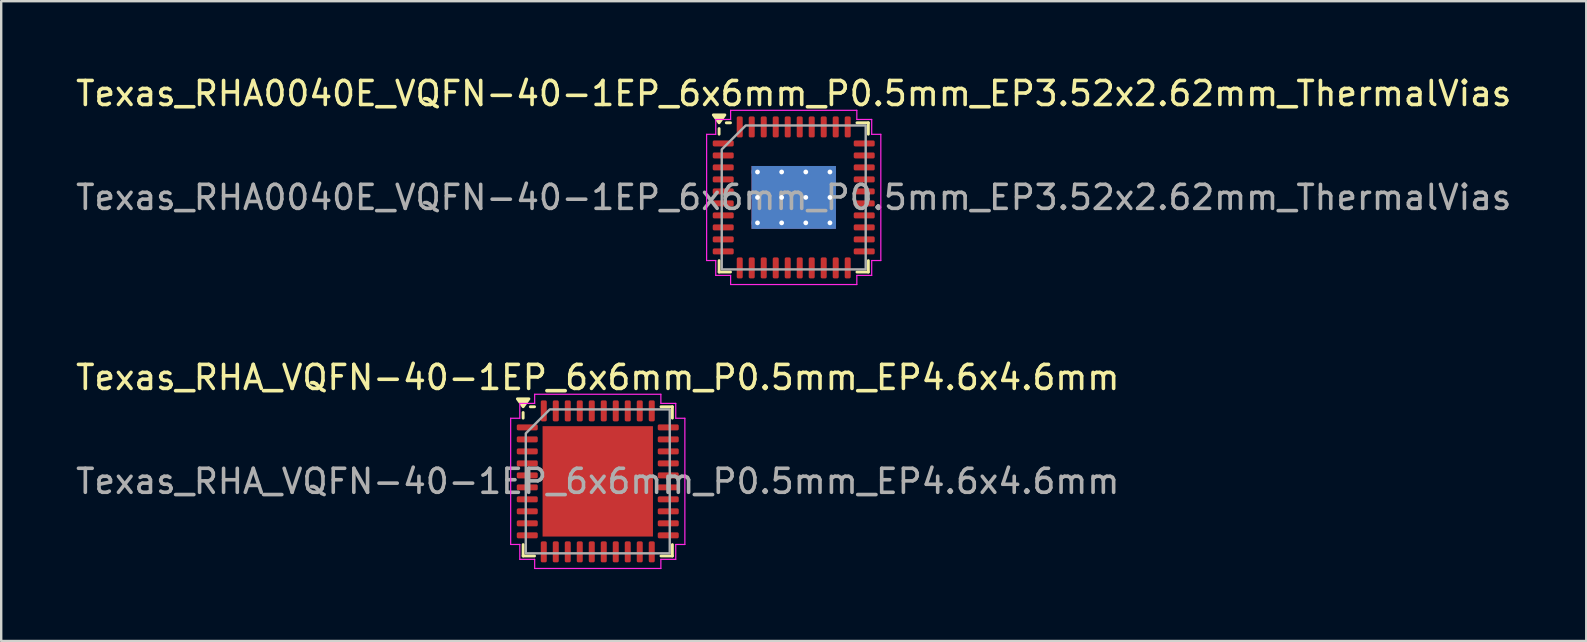
<source format=kicad_pcb>
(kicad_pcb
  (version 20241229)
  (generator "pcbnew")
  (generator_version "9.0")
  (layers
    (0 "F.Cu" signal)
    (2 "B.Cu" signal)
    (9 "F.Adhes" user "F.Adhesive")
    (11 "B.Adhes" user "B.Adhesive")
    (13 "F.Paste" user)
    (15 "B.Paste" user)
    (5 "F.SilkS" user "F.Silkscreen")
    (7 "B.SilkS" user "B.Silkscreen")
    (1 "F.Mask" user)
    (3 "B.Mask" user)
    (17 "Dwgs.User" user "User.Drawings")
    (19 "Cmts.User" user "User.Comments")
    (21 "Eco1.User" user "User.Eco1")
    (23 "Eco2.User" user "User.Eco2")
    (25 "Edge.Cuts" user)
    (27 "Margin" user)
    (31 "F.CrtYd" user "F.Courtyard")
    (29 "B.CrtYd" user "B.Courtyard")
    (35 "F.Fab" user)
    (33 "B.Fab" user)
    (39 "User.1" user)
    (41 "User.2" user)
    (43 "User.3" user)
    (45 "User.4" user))
  (footprint "Texas_RHA0040E_VQFN-40-1EP_6x6mm_P0.5mm_EP3.52x2.62mm_ThermalVias"
    (layer "F.Cu")
    (at 30.03 5.178)
    (property "Reference" "Texas_RHA0040E_VQFN-40-1EP_6x6mm_P0.5mm_EP3.52x2.62mm_ThermalVias" (at 0 -4.33 0) (layer "F.SilkS") (effects (font (size 1 1) (thickness 0.15))))
    (attr smd)
    (fp_line (start -3.11 -2.635) (end -3.11 -2.87) (stroke (width 0.12) (type solid)) (layer "F.SilkS"))
    (fp_line (start -3.11 3.11) (end -3.11 2.635) (stroke (width 0.12) (type solid)) (layer "F.SilkS"))
    (fp_line (start -2.635 -3.11) (end -2.81 -3.11) (stroke (width 0.12) (type solid)) (layer "F.SilkS"))
    (fp_line (start -2.635 3.11) (end -3.11 3.11) (stroke (width 0.12) (type solid)) (layer "F.SilkS"))
    (fp_line (start 2.635 -3.11) (end 3.11 -3.11) (stroke (width 0.12) (type solid)) (layer "F.SilkS"))
    (fp_line (start 2.635 3.11) (end 3.11 3.11) (stroke (width 0.12) (type solid)) (layer "F.SilkS"))
    (fp_line (start 3.11 -3.11) (end 3.11 -2.635) (stroke (width 0.12) (type solid)) (layer "F.SilkS"))
    (fp_line (start 3.11 3.11) (end 3.11 2.635) (stroke (width 0.12) (type solid)) (layer "F.SilkS"))
    (fp_poly (pts (xy -3.11 -3.11) (xy -3.35 -3.44) (xy -2.87 -3.44)) (stroke (width 0.12) (type solid)) (fill yes) (layer "F.SilkS"))
    (fp_line (start -3.63 -2.63) (end -3.25 -2.63) (stroke (width 0.05) (type solid)) (layer "F.CrtYd"))
    (fp_line (start -3.63 2.63) (end -3.63 -2.63) (stroke (width 0.05) (type solid)) (layer "F.CrtYd"))
    (fp_line (start -3.25 -3.25) (end -2.63 -3.25) (stroke (width 0.05) (type solid)) (layer "F.CrtYd"))
    (fp_line (start -3.25 -2.63) (end -3.25 -3.25) (stroke (width 0.05) (type solid)) (layer "F.CrtYd"))
    (fp_line (start -3.25 2.63) (end -3.63 2.63) (stroke (width 0.05) (type solid)) (layer "F.CrtYd"))
    (fp_line (start -3.25 3.25) (end -3.25 2.63) (stroke (width 0.05) (type solid)) (layer "F.CrtYd"))
    (fp_line (start -2.63 -3.63) (end 2.63 -3.63) (stroke (width 0.05) (type solid)) (layer "F.CrtYd"))
    (fp_line (start -2.63 -3.25) (end -2.63 -3.63) (stroke (width 0.05) (type solid)) (layer "F.CrtYd"))
    (fp_line (start -2.63 3.25) (end -3.25 3.25) (stroke (width 0.05) (type solid)) (layer "F.CrtYd"))
    (fp_line (start -2.63 3.63) (end -2.63 3.25) (stroke (width 0.05) (type solid)) (layer "F.CrtYd"))
    (fp_line (start 2.63 -3.63) (end 2.63 -3.25) (stroke (width 0.05) (type solid)) (layer "F.CrtYd"))
    (fp_line (start 2.63 -3.25) (end 3.25 -3.25) (stroke (width 0.05) (type solid)) (layer "F.CrtYd"))
    (fp_line (start 2.63 3.25) (end 2.63 3.63) (stroke (width 0.05) (type solid)) (layer "F.CrtYd"))
    (fp_line (start 2.63 3.63) (end -2.63 3.63) (stroke (width 0.05) (type solid)) (layer "F.CrtYd"))
    (fp_line (start 3.25 -3.25) (end 3.25 -2.63) (stroke (width 0.05) (type solid)) (layer "F.CrtYd"))
    (fp_line (start 3.25 -2.63) (end 3.63 -2.63) (stroke (width 0.05) (type solid)) (layer "F.CrtYd"))
    (fp_line (start 3.25 2.63) (end 3.25 3.25) (stroke (width 0.05) (type solid)) (layer "F.CrtYd"))
    (fp_line (start 3.25 3.25) (end 2.63 3.25) (stroke (width 0.05) (type solid)) (layer "F.CrtYd"))
    (fp_line (start 3.63 -2.63) (end 3.63 2.63) (stroke (width 0.05) (type solid)) (layer "F.CrtYd"))
    (fp_line (start 3.63 2.63) (end 3.25 2.63) (stroke (width 0.05) (type solid)) (layer "F.CrtYd"))
    (fp_poly (pts (xy -3 -2) (xy -3 3) (xy 3 3) (xy 3 -3) (xy -2 -3)) (stroke (width 0.1) (type solid)) (fill no) (layer "F.Fab"))
    (fp_text user "${REFERENCE}" (at 0 0 0) (layer "F.Fab") (effects (font (size 1 1) (thickness 0.15))))
    (pad "" smd roundrect (at -1.17 -0.655) (size 0.98 1.1) (layers "F.Paste") (roundrect_rratio 0.25))
    (pad "" smd roundrect (at -1.17 0.655) (size 0.98 1.1) (layers "F.Paste") (roundrect_rratio 0.25))
    (pad "" smd roundrect (at 0 -0.655) (size 0.98 1.1) (layers "F.Paste") (roundrect_rratio 0.25))
    (pad "" smd roundrect (at 0 0.655) (size 0.98 1.1) (layers "F.Paste") (roundrect_rratio 0.25))
    (pad "" smd roundrect (at 1.17 -0.655) (size 0.98 1.1) (layers "F.Paste") (roundrect_rratio 0.25))
    (pad "" smd roundrect (at 1.17 0.655) (size 0.98 1.1) (layers "F.Paste") (roundrect_rratio 0.25))
    (pad "1" smd roundrect (at -2.938 -2.25) (size 0.875 0.25) (layers "F.Cu" "F.Mask" "F.Paste") (roundrect_rratio 0.25))
    (pad "2" smd roundrect (at -2.938 -1.75) (size 0.875 0.25) (layers "F.Cu" "F.Mask" "F.Paste") (roundrect_rratio 0.25))
    (pad "3" smd roundrect (at -2.938 -1.25) (size 0.875 0.25) (layers "F.Cu" "F.Mask" "F.Paste") (roundrect_rratio 0.25))
    (pad "4" smd roundrect (at -2.938 -0.75) (size 0.875 0.25) (layers "F.Cu" "F.Mask" "F.Paste") (roundrect_rratio 0.25))
    (pad "5" smd roundrect (at -2.938 -0.25) (size 0.875 0.25) (layers "F.Cu" "F.Mask" "F.Paste") (roundrect_rratio 0.25))
    (pad "6" smd roundrect (at -2.938 0.25) (size 0.875 0.25) (layers "F.Cu" "F.Mask" "F.Paste") (roundrect_rratio 0.25))
    (pad "7" smd roundrect (at -2.938 0.75) (size 0.875 0.25) (layers "F.Cu" "F.Mask" "F.Paste") (roundrect_rratio 0.25))
    (pad "8" smd roundrect (at -2.938 1.25) (size 0.875 0.25) (layers "F.Cu" "F.Mask" "F.Paste") (roundrect_rratio 0.25))
    (pad "9" smd roundrect (at -2.938 1.75) (size 0.875 0.25) (layers "F.Cu" "F.Mask" "F.Paste") (roundrect_rratio 0.25))
    (pad "10" smd roundrect (at -2.938 2.25) (size 0.875 0.25) (layers "F.Cu" "F.Mask" "F.Paste") (roundrect_rratio 0.25))
    (pad "11" smd roundrect (at -2.25 2.938) (size 0.25 0.875) (layers "F.Cu" "F.Mask" "F.Paste") (roundrect_rratio 0.25))
    (pad "12" smd roundrect (at -1.75 2.938) (size 0.25 0.875) (layers "F.Cu" "F.Mask" "F.Paste") (roundrect_rratio 0.25))
    (pad "13" smd roundrect (at -1.25 2.938) (size 0.25 0.875) (layers "F.Cu" "F.Mask" "F.Paste") (roundrect_rratio 0.25))
    (pad "14" smd roundrect (at -0.75 2.938) (size 0.25 0.875) (layers "F.Cu" "F.Mask" "F.Paste") (roundrect_rratio 0.25))
    (pad "15" smd roundrect (at -0.25 2.938) (size 0.25 0.875) (layers "F.Cu" "F.Mask" "F.Paste") (roundrect_rratio 0.25))
    (pad "16" smd roundrect (at 0.25 2.938) (size 0.25 0.875) (layers "F.Cu" "F.Mask" "F.Paste") (roundrect_rratio 0.25))
    (pad "17" smd roundrect (at 0.75 2.938) (size 0.25 0.875) (layers "F.Cu" "F.Mask" "F.Paste") (roundrect_rratio 0.25))
    (pad "18" smd roundrect (at 1.25 2.938) (size 0.25 0.875) (layers "F.Cu" "F.Mask" "F.Paste") (roundrect_rratio 0.25))
    (pad "19" smd roundrect (at 1.75 2.938) (size 0.25 0.875) (layers "F.Cu" "F.Mask" "F.Paste") (roundrect_rratio 0.25))
    (pad "20" smd roundrect (at 2.25 2.938) (size 0.25 0.875) (layers "F.Cu" "F.Mask" "F.Paste") (roundrect_rratio 0.25))
    (pad "21" smd roundrect (at 2.938 2.25) (size 0.875 0.25) (layers "F.Cu" "F.Mask" "F.Paste") (roundrect_rratio 0.25))
    (pad "22" smd roundrect (at 2.938 1.75) (size 0.875 0.25) (layers "F.Cu" "F.Mask" "F.Paste") (roundrect_rratio 0.25))
    (pad "23" smd roundrect (at 2.938 1.25) (size 0.875 0.25) (layers "F.Cu" "F.Mask" "F.Paste") (roundrect_rratio 0.25))
    (pad "24" smd roundrect (at 2.938 0.75) (size 0.875 0.25) (layers "F.Cu" "F.Mask" "F.Paste") (roundrect_rratio 0.25))
    (pad "25" smd roundrect (at 2.938 0.25) (size 0.875 0.25) (layers "F.Cu" "F.Mask" "F.Paste") (roundrect_rratio 0.25))
    (pad "26" smd roundrect (at 2.938 -0.25) (size 0.875 0.25) (layers "F.Cu" "F.Mask" "F.Paste") (roundrect_rratio 0.25))
    (pad "27" smd roundrect (at 2.938 -0.75) (size 0.875 0.25) (layers "F.Cu" "F.Mask" "F.Paste") (roundrect_rratio 0.25))
    (pad "28" smd roundrect (at 2.938 -1.25) (size 0.875 0.25) (layers "F.Cu" "F.Mask" "F.Paste") (roundrect_rratio 0.25))
    (pad "29" smd roundrect (at 2.938 -1.75) (size 0.875 0.25) (layers "F.Cu" "F.Mask" "F.Paste") (roundrect_rratio 0.25))
    (pad "30" smd roundrect (at 2.938 -2.25) (size 0.875 0.25) (layers "F.Cu" "F.Mask" "F.Paste") (roundrect_rratio 0.25))
    (pad "31" smd roundrect (at 2.25 -2.938) (size 0.25 0.875) (layers "F.Cu" "F.Mask" "F.Paste") (roundrect_rratio 0.25))
    (pad "32" smd roundrect (at 1.75 -2.938) (size 0.25 0.875) (layers "F.Cu" "F.Mask" "F.Paste") (roundrect_rratio 0.25))
    (pad "33" smd roundrect (at 1.25 -2.938) (size 0.25 0.875) (layers "F.Cu" "F.Mask" "F.Paste") (roundrect_rratio 0.25))
    (pad "34" smd roundrect (at 0.75 -2.938) (size 0.25 0.875) (layers "F.Cu" "F.Mask" "F.Paste") (roundrect_rratio 0.25))
    (pad "35" smd roundrect (at 0.25 -2.938) (size 0.25 0.875) (layers "F.Cu" "F.Mask" "F.Paste") (roundrect_rratio 0.25))
    (pad "36" smd roundrect (at -0.25 -2.938) (size 0.25 0.875) (layers "F.Cu" "F.Mask" "F.Paste") (roundrect_rratio 0.25))
    (pad "37" smd roundrect (at -0.75 -2.938) (size 0.25 0.875) (layers "F.Cu" "F.Mask" "F.Paste") (roundrect_rratio 0.25))
    (pad "38" smd roundrect (at -1.25 -2.938) (size 0.25 0.875) (layers "F.Cu" "F.Mask" "F.Paste") (roundrect_rratio 0.25))
    (pad "39" smd roundrect (at -1.75 -2.938) (size 0.25 0.875) (layers "F.Cu" "F.Mask" "F.Paste") (roundrect_rratio 0.25))
    (pad "40" smd roundrect (at -2.25 -2.938) (size 0.25 0.875) (layers "F.Cu" "F.Mask" "F.Paste") (roundrect_rratio 0.25))
    (pad "41" thru_hole circle (at -1.51 -1.06) (size 0.5 0.5) (drill 0.2) (property pad_prop_heatsink) (layers "*.Cu"))
    (pad "41" thru_hole circle (at -1.51 0) (size 0.5 0.5) (drill 0.2) (property pad_prop_heatsink) (layers "*.Cu"))
    (pad "41" thru_hole circle (at -1.51 1.06) (size 0.5 0.5) (drill 0.2) (property pad_prop_heatsink) (layers "*.Cu"))
    (pad "41" thru_hole circle (at -0.503 -1.06) (size 0.5 0.5) (drill 0.2) (property pad_prop_heatsink) (layers "*.Cu"))
    (pad "41" thru_hole circle (at -0.503 0) (size 0.5 0.5) (drill 0.2) (property pad_prop_heatsink) (layers "*.Cu"))
    (pad "41" thru_hole circle (at -0.503 1.06) (size 0.5 0.5) (drill 0.2) (property pad_prop_heatsink) (layers "*.Cu"))
    (pad "41" smd rect (at 0 0) (size 3.52 2.62) (property pad_prop_heatsink) (layers "F.Cu" "F.Mask"))
    (pad "41" smd rect (at 0 0) (size 3.52 2.62) (property pad_prop_heatsink) (layers "B.Cu"))
    (pad "41" thru_hole circle (at 0.503 -1.06) (size 0.5 0.5) (drill 0.2) (property pad_prop_heatsink) (layers "*.Cu"))
    (pad "41" thru_hole circle (at 0.503 0) (size 0.5 0.5) (drill 0.2) (property pad_prop_heatsink) (layers "*.Cu"))
    (pad "41" thru_hole circle (at 0.503 1.06) (size 0.5 0.5) (drill 0.2) (property pad_prop_heatsink) (layers "*.Cu"))
    (pad "41" thru_hole circle (at 1.51 -1.06) (size 0.5 0.5) (drill 0.2) (property pad_prop_heatsink) (layers "*.Cu"))
    (pad "41" thru_hole circle (at 1.51 0) (size 0.5 0.5) (drill 0.2) (property pad_prop_heatsink) (layers "*.Cu"))
    (pad "41" thru_hole circle (at 1.51 1.06) (size 0.5 0.5) (drill 0.2) (property pad_prop_heatsink) (layers "*.Cu")))
  (footprint "Texas_RHA_VQFN-40-1EP_6x6mm_P0.5mm_EP4.6x4.6mm"
    (layer "F.Cu")
    (at 21.863 17.012)
    (property "Reference" "Texas_RHA_VQFN-40-1EP_6x6mm_P0.5mm_EP4.6x4.6mm" (at 0 -4.33 0) (layer "F.SilkS") (effects (font (size 1 1) (thickness 0.15))))
    (attr smd)
    (fp_line (start -3.11 -2.635) (end -3.11 -2.87) (stroke (width 0.12) (type solid)) (layer "F.SilkS"))
    (fp_line (start -3.11 3.11) (end -3.11 2.635) (stroke (width 0.12) (type solid)) (layer "F.SilkS"))
    (fp_line (start -2.635 -3.11) (end -2.81 -3.11) (stroke (width 0.12) (type solid)) (layer "F.SilkS"))
    (fp_line (start -2.635 3.11) (end -3.11 3.11) (stroke (width 0.12) (type solid)) (layer "F.SilkS"))
    (fp_line (start 2.635 -3.11) (end 3.11 -3.11) (stroke (width 0.12) (type solid)) (layer "F.SilkS"))
    (fp_line (start 2.635 3.11) (end 3.11 3.11) (stroke (width 0.12) (type solid)) (layer "F.SilkS"))
    (fp_line (start 3.11 -3.11) (end 3.11 -2.635) (stroke (width 0.12) (type solid)) (layer "F.SilkS"))
    (fp_line (start 3.11 3.11) (end 3.11 2.635) (stroke (width 0.12) (type solid)) (layer "F.SilkS"))
    (fp_poly (pts (xy -3.11 -3.11) (xy -3.35 -3.44) (xy -2.87 -3.44)) (stroke (width 0.12) (type solid)) (fill yes) (layer "F.SilkS"))
    (fp_line (start -3.63 -2.63) (end -3.25 -2.63) (stroke (width 0.05) (type solid)) (layer "F.CrtYd"))
    (fp_line (start -3.63 2.63) (end -3.63 -2.63) (stroke (width 0.05) (type solid)) (layer "F.CrtYd"))
    (fp_line (start -3.25 -3.25) (end -2.63 -3.25) (stroke (width 0.05) (type solid)) (layer "F.CrtYd"))
    (fp_line (start -3.25 -2.63) (end -3.25 -3.25) (stroke (width 0.05) (type solid)) (layer "F.CrtYd"))
    (fp_line (start -3.25 2.63) (end -3.63 2.63) (stroke (width 0.05) (type solid)) (layer "F.CrtYd"))
    (fp_line (start -3.25 3.25) (end -3.25 2.63) (stroke (width 0.05) (type solid)) (layer "F.CrtYd"))
    (fp_line (start -2.63 -3.63) (end 2.63 -3.63) (stroke (width 0.05) (type solid)) (layer "F.CrtYd"))
    (fp_line (start -2.63 -3.25) (end -2.63 -3.63) (stroke (width 0.05) (type solid)) (layer "F.CrtYd"))
    (fp_line (start -2.63 3.25) (end -3.25 3.25) (stroke (width 0.05) (type solid)) (layer "F.CrtYd"))
    (fp_line (start -2.63 3.63) (end -2.63 3.25) (stroke (width 0.05) (type solid)) (layer "F.CrtYd"))
    (fp_line (start 2.63 -3.63) (end 2.63 -3.25) (stroke (width 0.05) (type solid)) (layer "F.CrtYd"))
    (fp_line (start 2.63 -3.25) (end 3.25 -3.25) (stroke (width 0.05) (type solid)) (layer "F.CrtYd"))
    (fp_line (start 2.63 3.25) (end 2.63 3.63) (stroke (width 0.05) (type solid)) (layer "F.CrtYd"))
    (fp_line (start 2.63 3.63) (end -2.63 3.63) (stroke (width 0.05) (type solid)) (layer "F.CrtYd"))
    (fp_line (start 3.25 -3.25) (end 3.25 -2.63) (stroke (width 0.05) (type solid)) (layer "F.CrtYd"))
    (fp_line (start 3.25 -2.63) (end 3.63 -2.63) (stroke (width 0.05) (type solid)) (layer "F.CrtYd"))
    (fp_line (start 3.25 2.63) (end 3.25 3.25) (stroke (width 0.05) (type solid)) (layer "F.CrtYd"))
    (fp_line (start 3.25 3.25) (end 2.63 3.25) (stroke (width 0.05) (type solid)) (layer "F.CrtYd"))
    (fp_line (start 3.63 -2.63) (end 3.63 2.63) (stroke (width 0.05) (type solid)) (layer "F.CrtYd"))
    (fp_line (start 3.63 2.63) (end 3.25 2.63) (stroke (width 0.05) (type solid)) (layer "F.CrtYd"))
    (fp_poly (pts (xy -3 -2) (xy -3 3) (xy 3 3) (xy 3 -3) (xy -2 -3)) (stroke (width 0.1) (type solid)) (fill no) (layer "F.Fab"))
    (fp_text user "${REFERENCE}" (at 0 0 0) (layer "F.Fab") (effects (font (size 1 1) (thickness 0.15))))
    (pad "" smd roundrect (at -1.53 -1.53) (size 1.24 1.24) (layers "F.Paste") (roundrect_rratio 0.202))
    (pad "" smd roundrect (at -1.53 0) (size 1.24 1.24) (layers "F.Paste") (roundrect_rratio 0.202))
    (pad "" smd roundrect (at -1.53 1.53) (size 1.24 1.24) (layers "F.Paste") (roundrect_rratio 0.202))
    (pad "" smd roundrect (at 0 -1.53) (size 1.24 1.24) (layers "F.Paste") (roundrect_rratio 0.202))
    (pad "" smd roundrect (at 0 0) (size 1.24 1.24) (layers "F.Paste") (roundrect_rratio 0.202))
    (pad "" smd roundrect (at 0 1.53) (size 1.24 1.24) (layers "F.Paste") (roundrect_rratio 0.202))
    (pad "" smd roundrect (at 1.53 -1.53) (size 1.24 1.24) (layers "F.Paste") (roundrect_rratio 0.202))
    (pad "" smd roundrect (at 1.53 0) (size 1.24 1.24) (layers "F.Paste") (roundrect_rratio 0.202))
    (pad "" smd roundrect (at 1.53 1.53) (size 1.24 1.24) (layers "F.Paste") (roundrect_rratio 0.202))
    (pad "1" smd roundrect (at -2.938 -2.25) (size 0.875 0.25) (layers "F.Cu" "F.Mask" "F.Paste") (roundrect_rratio 0.25))
    (pad "2" smd roundrect (at -2.938 -1.75) (size 0.875 0.25) (layers "F.Cu" "F.Mask" "F.Paste") (roundrect_rratio 0.25))
    (pad "3" smd roundrect (at -2.938 -1.25) (size 0.875 0.25) (layers "F.Cu" "F.Mask" "F.Paste") (roundrect_rratio 0.25))
    (pad "4" smd roundrect (at -2.938 -0.75) (size 0.875 0.25) (layers "F.Cu" "F.Mask" "F.Paste") (roundrect_rratio 0.25))
    (pad "5" smd roundrect (at -2.938 -0.25) (size 0.875 0.25) (layers "F.Cu" "F.Mask" "F.Paste") (roundrect_rratio 0.25))
    (pad "6" smd roundrect (at -2.938 0.25) (size 0.875 0.25) (layers "F.Cu" "F.Mask" "F.Paste") (roundrect_rratio 0.25))
    (pad "7" smd roundrect (at -2.938 0.75) (size 0.875 0.25) (layers "F.Cu" "F.Mask" "F.Paste") (roundrect_rratio 0.25))
    (pad "8" smd roundrect (at -2.938 1.25) (size 0.875 0.25) (layers "F.Cu" "F.Mask" "F.Paste") (roundrect_rratio 0.25))
    (pad "9" smd roundrect (at -2.938 1.75) (size 0.875 0.25) (layers "F.Cu" "F.Mask" "F.Paste") (roundrect_rratio 0.25))
    (pad "10" smd roundrect (at -2.938 2.25) (size 0.875 0.25) (layers "F.Cu" "F.Mask" "F.Paste") (roundrect_rratio 0.25))
    (pad "11" smd roundrect (at -2.25 2.938) (size 0.25 0.875) (layers "F.Cu" "F.Mask" "F.Paste") (roundrect_rratio 0.25))
    (pad "12" smd roundrect (at -1.75 2.938) (size 0.25 0.875) (layers "F.Cu" "F.Mask" "F.Paste") (roundrect_rratio 0.25))
    (pad "13" smd roundrect (at -1.25 2.938) (size 0.25 0.875) (layers "F.Cu" "F.Mask" "F.Paste") (roundrect_rratio 0.25))
    (pad "14" smd roundrect (at -0.75 2.938) (size 0.25 0.875) (layers "F.Cu" "F.Mask" "F.Paste") (roundrect_rratio 0.25))
    (pad "15" smd roundrect (at -0.25 2.938) (size 0.25 0.875) (layers "F.Cu" "F.Mask" "F.Paste") (roundrect_rratio 0.25))
    (pad "16" smd roundrect (at 0.25 2.938) (size 0.25 0.875) (layers "F.Cu" "F.Mask" "F.Paste") (roundrect_rratio 0.25))
    (pad "17" smd roundrect (at 0.75 2.938) (size 0.25 0.875) (layers "F.Cu" "F.Mask" "F.Paste") (roundrect_rratio 0.25))
    (pad "18" smd roundrect (at 1.25 2.938) (size 0.25 0.875) (layers "F.Cu" "F.Mask" "F.Paste") (roundrect_rratio 0.25))
    (pad "19" smd roundrect (at 1.75 2.938) (size 0.25 0.875) (layers "F.Cu" "F.Mask" "F.Paste") (roundrect_rratio 0.25))
    (pad "20" smd roundrect (at 2.25 2.938) (size 0.25 0.875) (layers "F.Cu" "F.Mask" "F.Paste") (roundrect_rratio 0.25))
    (pad "21" smd roundrect (at 2.938 2.25) (size 0.875 0.25) (layers "F.Cu" "F.Mask" "F.Paste") (roundrect_rratio 0.25))
    (pad "22" smd roundrect (at 2.938 1.75) (size 0.875 0.25) (layers "F.Cu" "F.Mask" "F.Paste") (roundrect_rratio 0.25))
    (pad "23" smd roundrect (at 2.938 1.25) (size 0.875 0.25) (layers "F.Cu" "F.Mask" "F.Paste") (roundrect_rratio 0.25))
    (pad "24" smd roundrect (at 2.938 0.75) (size 0.875 0.25) (layers "F.Cu" "F.Mask" "F.Paste") (roundrect_rratio 0.25))
    (pad "25" smd roundrect (at 2.938 0.25) (size 0.875 0.25) (layers "F.Cu" "F.Mask" "F.Paste") (roundrect_rratio 0.25))
    (pad "26" smd roundrect (at 2.938 -0.25) (size 0.875 0.25) (layers "F.Cu" "F.Mask" "F.Paste") (roundrect_rratio 0.25))
    (pad "27" smd roundrect (at 2.938 -0.75) (size 0.875 0.25) (layers "F.Cu" "F.Mask" "F.Paste") (roundrect_rratio 0.25))
    (pad "28" smd roundrect (at 2.938 -1.25) (size 0.875 0.25) (layers "F.Cu" "F.Mask" "F.Paste") (roundrect_rratio 0.25))
    (pad "29" smd roundrect (at 2.938 -1.75) (size 0.875 0.25) (layers "F.Cu" "F.Mask" "F.Paste") (roundrect_rratio 0.25))
    (pad "30" smd roundrect (at 2.938 -2.25) (size 0.875 0.25) (layers "F.Cu" "F.Mask" "F.Paste") (roundrect_rratio 0.25))
    (pad "31" smd roundrect (at 2.25 -2.938) (size 0.25 0.875) (layers "F.Cu" "F.Mask" "F.Paste") (roundrect_rratio 0.25))
    (pad "32" smd roundrect (at 1.75 -2.938) (size 0.25 0.875) (layers "F.Cu" "F.Mask" "F.Paste") (roundrect_rratio 0.25))
    (pad "33" smd roundrect (at 1.25 -2.938) (size 0.25 0.875) (layers "F.Cu" "F.Mask" "F.Paste") (roundrect_rratio 0.25))
    (pad "34" smd roundrect (at 0.75 -2.938) (size 0.25 0.875) (layers "F.Cu" "F.Mask" "F.Paste") (roundrect_rratio 0.25))
    (pad "35" smd roundrect (at 0.25 -2.938) (size 0.25 0.875) (layers "F.Cu" "F.Mask" "F.Paste") (roundrect_rratio 0.25))
    (pad "36" smd roundrect (at -0.25 -2.938) (size 0.25 0.875) (layers "F.Cu" "F.Mask" "F.Paste") (roundrect_rratio 0.25))
    (pad "37" smd roundrect (at -0.75 -2.938) (size 0.25 0.875) (layers "F.Cu" "F.Mask" "F.Paste") (roundrect_rratio 0.25))
    (pad "38" smd roundrect (at -1.25 -2.938) (size 0.25 0.875) (layers "F.Cu" "F.Mask" "F.Paste") (roundrect_rratio 0.25))
    (pad "39" smd roundrect (at -1.75 -2.938) (size 0.25 0.875) (layers "F.Cu" "F.Mask" "F.Paste") (roundrect_rratio 0.25))
    (pad "40" smd roundrect (at -2.25 -2.938) (size 0.25 0.875) (layers "F.Cu" "F.Mask" "F.Paste") (roundrect_rratio 0.25))
    (pad "41" smd rect (at 0 0) (size 4.6 4.6) (property pad_prop_heatsink) (layers "F.Cu" "F.Mask")))
  (gr_rect
    (start -3 -3)
    (end 63.06 23.666)
    (stroke (width 0.1) (type default))
    (fill no)
    (layer "Edge.Cuts")))
</source>
